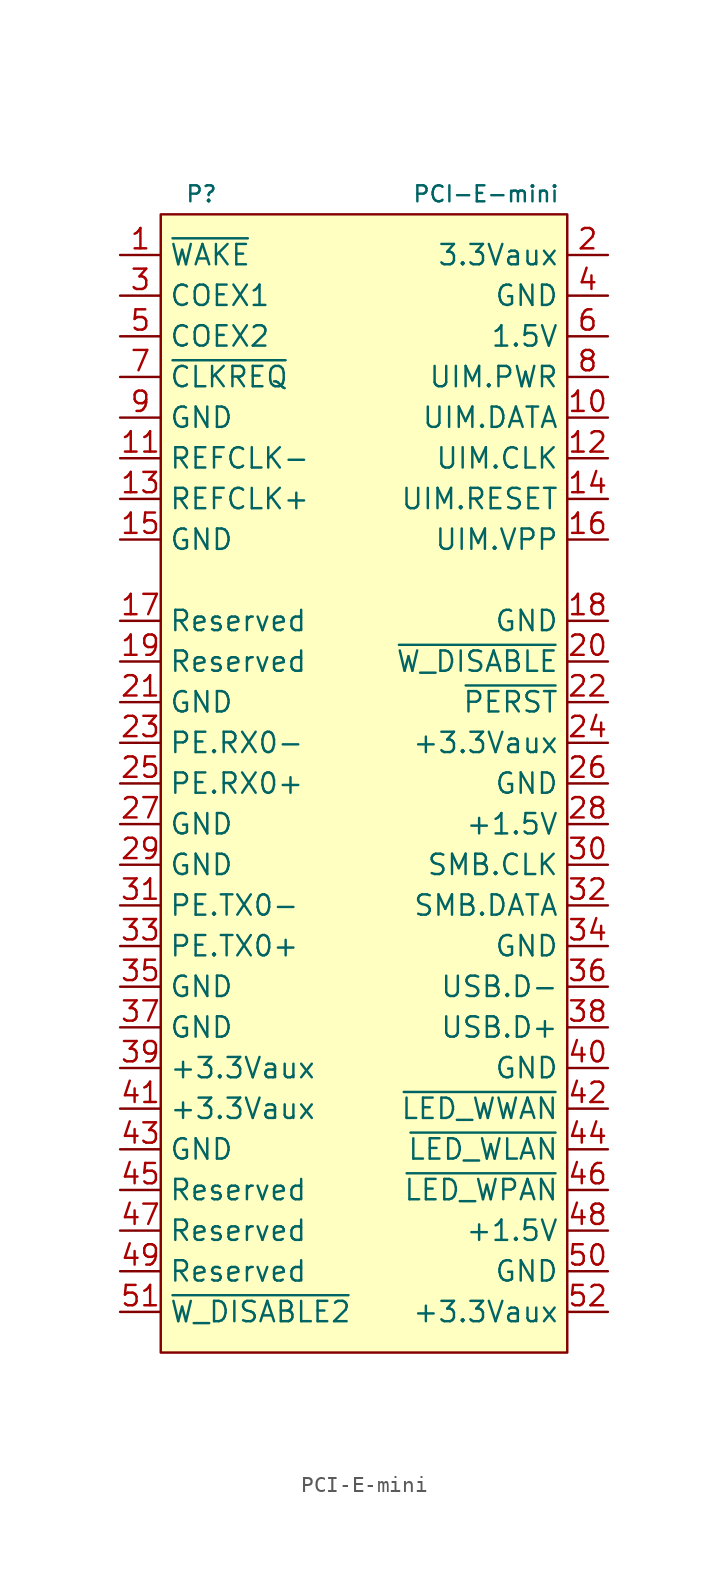
<source format=kicad_sym>
(kicad_symbol_lib
  (version 20231120)
  (generator "kicad_symbol_editor")
  (generator_version "8.0")
  (symbol "PCI-E-mini"
    (property "Reference" "P"
      (at -10.16 36.83 0)
      (effects (font (size 1 1))))
    (property "Value" "PCI-E-mini"
      (at 7.62 36.83 0)
      (effects (font (size 1 1))))
    (symbol "PCI-E-mini_1_1"
      (rectangle (start -12.7 35.56) (end 12.7 -35.56) (stroke (width 0) (type default)) (fill (type background)))
      (pin output line (at -15.24 33.02 0) (length 2.54) (name "~{WAKE}" (effects (font (size 1.27 1.27)))) (number "1" (effects (font (size 1.27 1.27)))))
      (pin bidirectional line (at 15.24 22.86 180) (length 2.54) (name "UIM.DATA" (effects (font (size 1.27 1.27)))) (number "10" (effects (font (size 1.27 1.27)))))
      (pin input line (at -15.24 20.32 0) (length 2.54) (name "REFCLK-" (effects (font (size 1.27 1.27)))) (number "11" (effects (font (size 1.27 1.27)))))
      (pin output line (at 15.24 20.32 180) (length 2.54) (name "UIM.CLK" (effects (font (size 1.27 1.27)))) (number "12" (effects (font (size 1.27 1.27)))))
      (pin input line (at -15.24 17.78 0) (length 2.54) (name "REFCLK+" (effects (font (size 1.27 1.27)))) (number "13" (effects (font (size 1.27 1.27)))))
      (pin output line (at 15.24 17.78 180) (length 2.54) (name "UIM.RESET" (effects (font (size 1.27 1.27)))) (number "14" (effects (font (size 1.27 1.27)))))
      (pin power_in line (at -15.24 15.24 0) (length 2.54) (name "GND" (effects (font (size 1.27 1.27)))) (number "15" (effects (font (size 1.27 1.27)))))
      (pin output line (at 15.24 15.24 180) (length 2.54) (name "UIM.VPP" (effects (font (size 1.27 1.27)))) (number "16" (effects (font (size 1.27 1.27)))))
      (pin passive line (at -15.24 10.16 0) (length 2.54) (name "Reserved" (effects (font (size 1.27 1.27)))) (number "17" (effects (font (size 1.27 1.27)))))
      (pin power_in line (at 15.24 10.16 180) (length 2.54) (name "GND" (effects (font (size 1.27 1.27)))) (number "18" (effects (font (size 1.27 1.27)))))
      (pin passive line (at -15.24 7.62 0) (length 2.54) (name "Reserved" (effects (font (size 1.27 1.27)))) (number "19" (effects (font (size 1.27 1.27)))))
      (pin power_in line (at 15.24 33.02 180) (length 2.54) (name "3.3Vaux" (effects (font (size 1.27 1.27)))) (number "2" (effects (font (size 1.27 1.27)))))
      (pin input line (at 15.24 7.62 180) (length 2.54) (name "~{W_DISABLE}" (effects (font (size 1.27 1.27)))) (number "20" (effects (font (size 1.27 1.27)))))
      (pin power_in line (at -15.24 5.08 0) (length 2.54) (name "GND" (effects (font (size 1.27 1.27)))) (number "21" (effects (font (size 1.27 1.27)))))
      (pin input line (at 15.24 5.08 180) (length 2.54) (name "~{PERST}" (effects (font (size 1.27 1.27)))) (number "22" (effects (font (size 1.27 1.27)))))
      (pin bidirectional line (at -15.24 2.54 0) (length 2.54) (name "PE.RX0-" (effects (font (size 1.27 1.27)))) (number "23" (effects (font (size 1.27 1.27)))))
      (pin power_in line (at 15.24 2.54 180) (length 2.54) (name "+3.3Vaux" (effects (font (size 1.27 1.27)))) (number "24" (effects (font (size 1.27 1.27)))))
      (pin bidirectional line (at -15.24 0 0) (length 2.54) (name "PE.RX0+" (effects (font (size 1.27 1.27)))) (number "25" (effects (font (size 1.27 1.27)))))
      (pin power_in line (at 15.24 0 180) (length 2.54) (name "GND" (effects (font (size 1.27 1.27)))) (number "26" (effects (font (size 1.27 1.27)))))
      (pin power_in line (at -15.24 -2.54 0) (length 2.54) (name "GND" (effects (font (size 1.27 1.27)))) (number "27" (effects (font (size 1.27 1.27)))))
      (pin power_in line (at 15.24 -2.54 180) (length 2.54) (name "+1.5V" (effects (font (size 1.27 1.27)))) (number "28" (effects (font (size 1.27 1.27)))))
      (pin power_in line (at -15.24 -5.08 0) (length 2.54) (name "GND" (effects (font (size 1.27 1.27)))) (number "29" (effects (font (size 1.27 1.27)))))
      (pin passive line (at -15.24 30.48 0) (length 2.54) (name "COEX1" (effects (font (size 1.27 1.27)))) (number "3" (effects (font (size 1.27 1.27)))))
      (pin input line (at 15.24 -5.08 180) (length 2.54) (name "SMB.CLK" (effects (font (size 1.27 1.27)))) (number "30" (effects (font (size 1.27 1.27)))))
      (pin bidirectional line (at -15.24 -7.62 0) (length 2.54) (name "PE.TX0-" (effects (font (size 1.27 1.27)))) (number "31" (effects (font (size 1.27 1.27)))))
      (pin bidirectional line (at 15.24 -7.62 180) (length 2.54) (name "SMB.DATA" (effects (font (size 1.27 1.27)))) (number "32" (effects (font (size 1.27 1.27)))))
      (pin bidirectional line (at -15.24 -10.16 0) (length 2.54) (name "PE.TX0+" (effects (font (size 1.27 1.27)))) (number "33" (effects (font (size 1.27 1.27)))))
      (pin power_in line (at 15.24 -10.16 180) (length 2.54) (name "GND" (effects (font (size 1.27 1.27)))) (number "34" (effects (font (size 1.27 1.27)))))
      (pin power_in line (at -15.24 -12.7 0) (length 2.54) (name "GND" (effects (font (size 1.27 1.27)))) (number "35" (effects (font (size 1.27 1.27)))))
      (pin bidirectional line (at 15.24 -12.7 180) (length 2.54) (name "USB.D-" (effects (font (size 1.27 1.27)))) (number "36" (effects (font (size 1.27 1.27)))))
      (pin power_in line (at -15.24 -15.24 0) (length 2.54) (name "GND" (effects (font (size 1.27 1.27)))) (number "37" (effects (font (size 1.27 1.27)))))
      (pin bidirectional line (at 15.24 -15.24 180) (length 2.54) (name "USB.D+" (effects (font (size 1.27 1.27)))) (number "38" (effects (font (size 1.27 1.27)))))
      (pin power_in line (at -15.24 -17.78 0) (length 2.54) (name "+3.3Vaux" (effects (font (size 1.27 1.27)))) (number "39" (effects (font (size 1.27 1.27)))))
      (pin power_in line (at 15.24 30.48 180) (length 2.54) (name "GND" (effects (font (size 1.27 1.27)))) (number "4" (effects (font (size 1.27 1.27)))))
      (pin power_in line (at 15.24 -17.78 180) (length 2.54) (name "GND" (effects (font (size 1.27 1.27)))) (number "40" (effects (font (size 1.27 1.27)))))
      (pin power_in line (at -15.24 -20.32 0) (length 2.54) (name "+3.3Vaux" (effects (font (size 1.27 1.27)))) (number "41" (effects (font (size 1.27 1.27)))))
      (pin output line (at 15.24 -20.32 180) (length 2.54) (name "~{LED_WWAN}" (effects (font (size 1.27 1.27)))) (number "42" (effects (font (size 1.27 1.27)))))
      (pin power_in line (at -15.24 -22.86 0) (length 2.54) (name "GND" (effects (font (size 1.27 1.27)))) (number "43" (effects (font (size 1.27 1.27)))))
      (pin output line (at 15.24 -22.86 180) (length 2.54) (name "~{LED_WLAN}" (effects (font (size 1.27 1.27)))) (number "44" (effects (font (size 1.27 1.27)))))
      (pin passive line (at -15.24 -25.4 0) (length 2.54) (name "Reserved" (effects (font (size 1.27 1.27)))) (number "45" (effects (font (size 1.27 1.27)))))
      (pin output line (at 15.24 -25.4 180) (length 2.54) (name "~{LED_WPAN}" (effects (font (size 1.27 1.27)))) (number "46" (effects (font (size 1.27 1.27)))))
      (pin passive line (at -15.24 -27.94 0) (length 2.54) (name "Reserved" (effects (font (size 1.27 1.27)))) (number "47" (effects (font (size 1.27 1.27)))))
      (pin power_in line (at 15.24 -27.94 180) (length 2.54) (name "+1.5V" (effects (font (size 1.27 1.27)))) (number "48" (effects (font (size 1.27 1.27)))))
      (pin passive line (at -15.24 -30.48 0) (length 2.54) (name "Reserved" (effects (font (size 1.27 1.27)))) (number "49" (effects (font (size 1.27 1.27)))))
      (pin passive line (at -15.24 27.94 0) (length 2.54) (name "COEX2" (effects (font (size 1.27 1.27)))) (number "5" (effects (font (size 1.27 1.27)))))
      (pin power_in line (at 15.24 -30.48 180) (length 2.54) (name "GND" (effects (font (size 1.27 1.27)))) (number "50" (effects (font (size 1.27 1.27)))))
      (pin input line (at -15.24 -33.02 0) (length 2.54) (name "~{W_DISABLE2}" (effects (font (size 1.27 1.27)))) (number "51" (effects (font (size 1.27 1.27)))))
      (pin power_in line (at 15.24 -33.02 180) (length 2.54) (name "+3.3Vaux" (effects (font (size 1.27 1.27)))) (number "52" (effects (font (size 1.27 1.27)))))
      (pin power_in line (at 15.24 27.94 180) (length 2.54) (name "1.5V" (effects (font (size 1.27 1.27)))) (number "6" (effects (font (size 1.27 1.27)))))
      (pin output line (at -15.24 25.4 0) (length 2.54) (name "~{CLKREQ}" (effects (font (size 1.27 1.27)))) (number "7" (effects (font (size 1.27 1.27)))))
      (pin output line (at 15.24 25.4 180) (length 2.54) (name "UIM.PWR" (effects (font (size 1.27 1.27)))) (number "8" (effects (font (size 1.27 1.27)))))
      (pin power_in line (at -15.24 22.86 0) (length 2.54) (name "GND" (effects (font (size 1.27 1.27)))) (number "9" (effects (font (size 1.27 1.27))))))))
</source>
